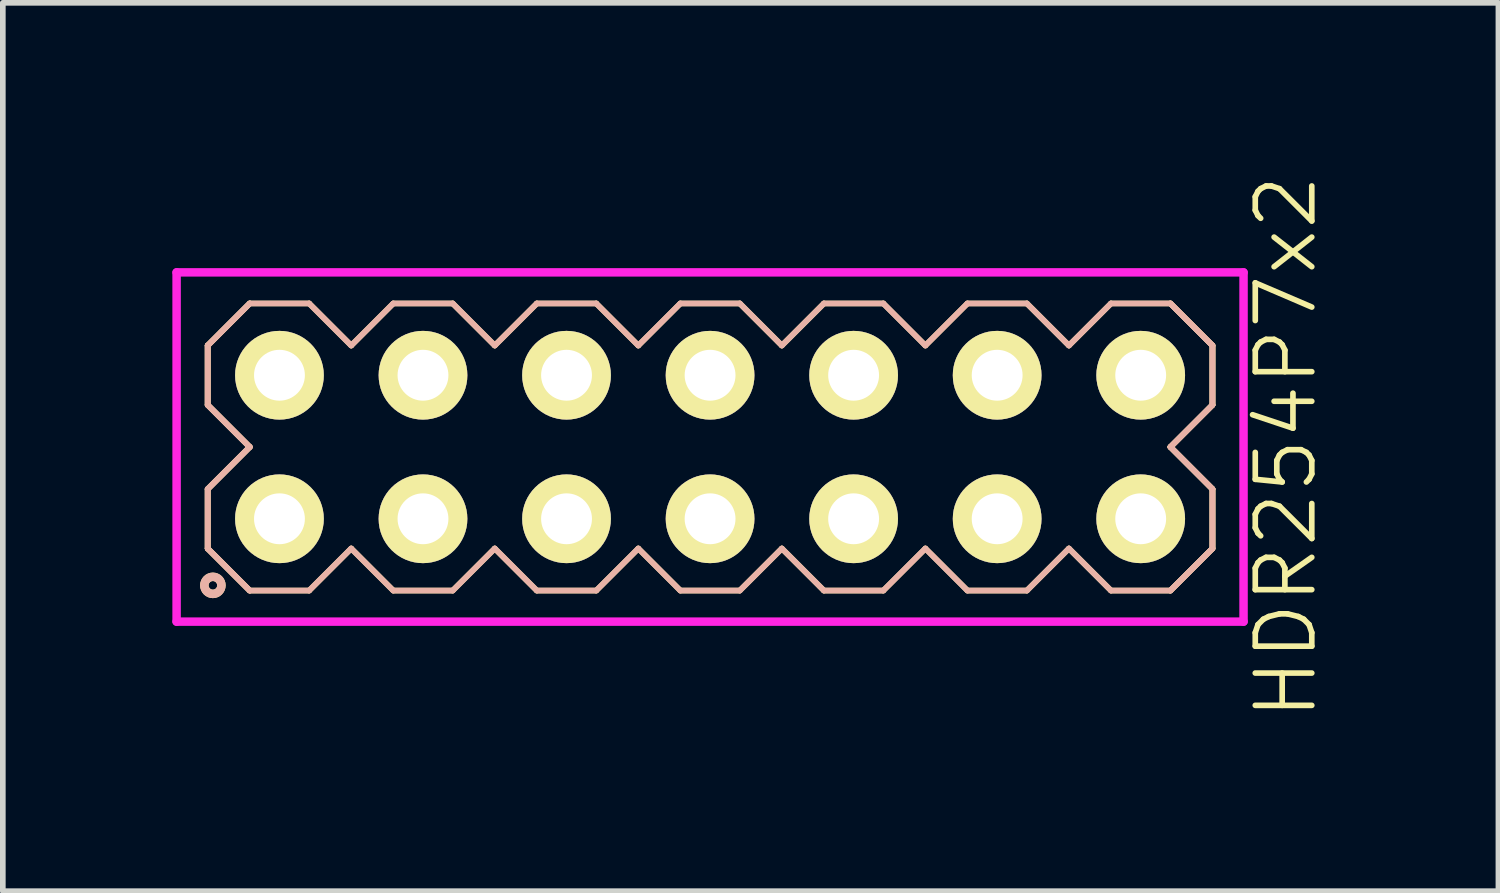
<source format=kicad_pcb>
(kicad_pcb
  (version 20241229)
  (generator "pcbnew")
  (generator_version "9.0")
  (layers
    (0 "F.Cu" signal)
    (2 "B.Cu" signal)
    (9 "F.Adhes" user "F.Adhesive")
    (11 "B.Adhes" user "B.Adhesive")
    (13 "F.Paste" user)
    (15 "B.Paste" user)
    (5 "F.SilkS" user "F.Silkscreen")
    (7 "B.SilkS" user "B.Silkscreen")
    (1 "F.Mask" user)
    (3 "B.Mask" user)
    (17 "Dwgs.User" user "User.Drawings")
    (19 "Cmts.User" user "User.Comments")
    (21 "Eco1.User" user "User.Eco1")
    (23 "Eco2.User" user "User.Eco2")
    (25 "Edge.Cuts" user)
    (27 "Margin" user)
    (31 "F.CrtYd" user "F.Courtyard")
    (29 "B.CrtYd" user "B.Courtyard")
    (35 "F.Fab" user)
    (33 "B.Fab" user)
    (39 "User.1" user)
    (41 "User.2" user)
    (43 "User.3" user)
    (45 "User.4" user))
  (footprint "HDR254P7x2"
    (layer "F.Cu")
    (at 9.515 4.86)
    (property "Reference" "HDR254P7x2" (at 10.19 0 90) (layer "F.SilkS") (effects (font (size 1 1) (thickness 0.1))))
    (attr through_hole)
    (fp_line (start -8.89 -1.796) (end -8.146 -2.54) (stroke (width 0.1) (type solid)) (layer "F.SilkS"))
    (fp_line (start -8.89 -1.796) (end -8.146 -2.54) (stroke (width 0.1) (type solid)) (layer "F.SilkS"))
    (fp_line (start -8.89 -0.744) (end -8.89 -1.796) (stroke (width 0.1) (type solid)) (layer "F.SilkS"))
    (fp_line (start -8.89 -0.744) (end -8.89 -1.796) (stroke (width 0.1) (type solid)) (layer "F.SilkS"))
    (fp_line (start -8.89 0.744) (end -8.146 0) (stroke (width 0.1) (type solid)) (layer "F.SilkS"))
    (fp_line (start -8.89 0.744) (end -8.146 0) (stroke (width 0.1) (type solid)) (layer "F.SilkS"))
    (fp_line (start -8.89 1.796) (end -8.89 0.744) (stroke (width 0.1) (type solid)) (layer "F.SilkS"))
    (fp_line (start -8.89 1.796) (end -8.89 0.744) (stroke (width 0.1) (type solid)) (layer "F.SilkS"))
    (fp_line (start -8.146 -2.54) (end -7.094 -2.54) (stroke (width 0.1) (type solid)) (layer "F.SilkS"))
    (fp_line (start -8.146 0) (end -8.89 -0.744) (stroke (width 0.1) (type solid)) (layer "F.SilkS"))
    (fp_line (start -8.146 0) (end -8.89 -0.744) (stroke (width 0.1) (type solid)) (layer "F.SilkS"))
    (fp_line (start -8.146 2.54) (end -8.89 1.796) (stroke (width 0.1) (type solid)) (layer "F.SilkS"))
    (fp_line (start -8.146 2.54) (end -8.89 1.796) (stroke (width 0.1) (type solid)) (layer "F.SilkS"))
    (fp_line (start -7.094 -2.54) (end -6.35 -1.796) (stroke (width 0.1) (type solid)) (layer "F.SilkS"))
    (fp_line (start -7.094 2.54) (end -8.146 2.54) (stroke (width 0.1) (type solid)) (layer "F.SilkS"))
    (fp_line (start -6.35 -1.796) (end -5.606 -2.54) (stroke (width 0.1) (type solid)) (layer "F.SilkS"))
    (fp_line (start -6.35 1.796) (end -7.094 2.54) (stroke (width 0.1) (type solid)) (layer "F.SilkS"))
    (fp_line (start -5.606 -2.54) (end -4.554 -2.54) (stroke (width 0.1) (type solid)) (layer "F.SilkS"))
    (fp_line (start -5.606 2.54) (end -6.35 1.796) (stroke (width 0.1) (type solid)) (layer "F.SilkS"))
    (fp_line (start -4.554 -2.54) (end -3.81 -1.796) (stroke (width 0.1) (type solid)) (layer "F.SilkS"))
    (fp_line (start -4.554 2.54) (end -5.606 2.54) (stroke (width 0.1) (type solid)) (layer "F.SilkS"))
    (fp_line (start -3.81 -1.796) (end -3.066 -2.54) (stroke (width 0.1) (type solid)) (layer "F.SilkS"))
    (fp_line (start -3.81 1.796) (end -4.554 2.54) (stroke (width 0.1) (type solid)) (layer "F.SilkS"))
    (fp_line (start -3.066 -2.54) (end -2.014 -2.54) (stroke (width 0.1) (type solid)) (layer "F.SilkS"))
    (fp_line (start -3.066 2.54) (end -3.81 1.796) (stroke (width 0.1) (type solid)) (layer "F.SilkS"))
    (fp_line (start -2.014 -2.54) (end -1.27 -1.796) (stroke (width 0.1) (type solid)) (layer "F.SilkS"))
    (fp_line (start -2.014 2.54) (end -3.066 2.54) (stroke (width 0.1) (type solid)) (layer "F.SilkS"))
    (fp_line (start -1.27 -1.796) (end -0.526 -2.54) (stroke (width 0.1) (type solid)) (layer "F.SilkS"))
    (fp_line (start -1.27 1.796) (end -2.014 2.54) (stroke (width 0.1) (type solid)) (layer "F.SilkS"))
    (fp_line (start -0.526 -2.54) (end 0.526 -2.54) (stroke (width 0.1) (type solid)) (layer "F.SilkS"))
    (fp_line (start -0.526 2.54) (end -1.27 1.796) (stroke (width 0.1) (type solid)) (layer "F.SilkS"))
    (fp_line (start 0.526 -2.54) (end 1.27 -1.796) (stroke (width 0.1) (type solid)) (layer "F.SilkS"))
    (fp_line (start 0.526 2.54) (end -0.526 2.54) (stroke (width 0.1) (type solid)) (layer "F.SilkS"))
    (fp_line (start 1.27 -1.796) (end 2.014 -2.54) (stroke (width 0.1) (type solid)) (layer "F.SilkS"))
    (fp_line (start 1.27 1.796) (end 0.526 2.54) (stroke (width 0.1) (type solid)) (layer "F.SilkS"))
    (fp_line (start 2.014 -2.54) (end 3.066 -2.54) (stroke (width 0.1) (type solid)) (layer "F.SilkS"))
    (fp_line (start 2.014 2.54) (end 1.27 1.796) (stroke (width 0.1) (type solid)) (layer "F.SilkS"))
    (fp_line (start 3.066 -2.54) (end 3.81 -1.796) (stroke (width 0.1) (type solid)) (layer "F.SilkS"))
    (fp_line (start 3.066 2.54) (end 2.014 2.54) (stroke (width 0.1) (type solid)) (layer "F.SilkS"))
    (fp_line (start 3.81 -1.796) (end 4.554 -2.54) (stroke (width 0.1) (type solid)) (layer "F.SilkS"))
    (fp_line (start 3.81 1.796) (end 3.066 2.54) (stroke (width 0.1) (type solid)) (layer "F.SilkS"))
    (fp_line (start 4.554 -2.54) (end 5.606 -2.54) (stroke (width 0.1) (type solid)) (layer "F.SilkS"))
    (fp_line (start 4.554 2.54) (end 3.81 1.796) (stroke (width 0.1) (type solid)) (layer "F.SilkS"))
    (fp_line (start 5.606 -2.54) (end 6.35 -1.796) (stroke (width 0.1) (type solid)) (layer "F.SilkS"))
    (fp_line (start 5.606 2.54) (end 4.554 2.54) (stroke (width 0.1) (type solid)) (layer "F.SilkS"))
    (fp_line (start 6.35 -1.796) (end 7.094 -2.54) (stroke (width 0.1) (type solid)) (layer "F.SilkS"))
    (fp_line (start 6.35 1.796) (end 5.606 2.54) (stroke (width 0.1) (type solid)) (layer "F.SilkS"))
    (fp_line (start 7.094 -2.54) (end 8.146 -2.54) (stroke (width 0.1) (type solid)) (layer "F.SilkS"))
    (fp_line (start 7.094 2.54) (end 6.35 1.796) (stroke (width 0.1) (type solid)) (layer "F.SilkS"))
    (fp_line (start 8.146 -2.54) (end 8.89 -1.796) (stroke (width 0.1) (type solid)) (layer "F.SilkS"))
    (fp_line (start 8.146 -2.54) (end 8.89 -1.796) (stroke (width 0.1) (type solid)) (layer "F.SilkS"))
    (fp_line (start 8.146 0) (end 8.89 0.744) (stroke (width 0.1) (type solid)) (layer "F.SilkS"))
    (fp_line (start 8.146 0) (end 8.89 0.744) (stroke (width 0.1) (type solid)) (layer "F.SilkS"))
    (fp_line (start 8.146 2.54) (end 7.094 2.54) (stroke (width 0.1) (type solid)) (layer "F.SilkS"))
    (fp_line (start 8.89 -1.796) (end 8.89 -0.744) (stroke (width 0.1) (type solid)) (layer "F.SilkS"))
    (fp_line (start 8.89 -1.796) (end 8.89 -0.744) (stroke (width 0.1) (type solid)) (layer "F.SilkS"))
    (fp_line (start 8.89 -0.744) (end 8.146 0) (stroke (width 0.1) (type solid)) (layer "F.SilkS"))
    (fp_line (start 8.89 -0.744) (end 8.146 0) (stroke (width 0.1) (type solid)) (layer "F.SilkS"))
    (fp_line (start 8.89 0.744) (end 8.89 1.796) (stroke (width 0.1) (type solid)) (layer "F.SilkS"))
    (fp_line (start 8.89 0.744) (end 8.89 1.796) (stroke (width 0.1) (type solid)) (layer "F.SilkS"))
    (fp_line (start 8.89 1.796) (end 8.146 2.54) (stroke (width 0.1) (type solid)) (layer "F.SilkS"))
    (fp_line (start 8.89 1.796) (end 8.146 2.54) (stroke (width 0.1) (type solid)) (layer "F.SilkS"))
    (fp_circle (center -8.798 2.448) (end -8.647 2.448) (stroke (width 0.15) (type solid)) (fill no) (layer "F.SilkS"))
    (fp_line (start -8.89 -1.796) (end -8.146 -2.54) (stroke (width 0.1) (type solid)) (layer "B.SilkS"))
    (fp_line (start -8.89 -1.796) (end -8.146 -2.54) (stroke (width 0.1) (type solid)) (layer "B.SilkS"))
    (fp_line (start -8.89 -0.744) (end -8.89 -1.796) (stroke (width 0.1) (type solid)) (layer "B.SilkS"))
    (fp_line (start -8.89 -0.744) (end -8.89 -1.796) (stroke (width 0.1) (type solid)) (layer "B.SilkS"))
    (fp_line (start -8.89 0.744) (end -8.146 0) (stroke (width 0.1) (type solid)) (layer "B.SilkS"))
    (fp_line (start -8.89 0.744) (end -8.146 0) (stroke (width 0.1) (type solid)) (layer "B.SilkS"))
    (fp_line (start -8.89 1.796) (end -8.89 0.744) (stroke (width 0.1) (type solid)) (layer "B.SilkS"))
    (fp_line (start -8.89 1.796) (end -8.89 0.744) (stroke (width 0.1) (type solid)) (layer "B.SilkS"))
    (fp_line (start -8.146 -2.54) (end -7.094 -2.54) (stroke (width 0.1) (type solid)) (layer "B.SilkS"))
    (fp_line (start -8.146 0) (end -8.89 -0.744) (stroke (width 0.1) (type solid)) (layer "B.SilkS"))
    (fp_line (start -8.146 0) (end -8.89 -0.744) (stroke (width 0.1) (type solid)) (layer "B.SilkS"))
    (fp_line (start -8.146 2.54) (end -8.89 1.796) (stroke (width 0.1) (type solid)) (layer "B.SilkS"))
    (fp_line (start -8.146 2.54) (end -8.89 1.796) (stroke (width 0.1) (type solid)) (layer "B.SilkS"))
    (fp_line (start -7.094 -2.54) (end -6.35 -1.796) (stroke (width 0.1) (type solid)) (layer "B.SilkS"))
    (fp_line (start -7.094 2.54) (end -8.146 2.54) (stroke (width 0.1) (type solid)) (layer "B.SilkS"))
    (fp_line (start -6.35 -1.796) (end -5.606 -2.54) (stroke (width 0.1) (type solid)) (layer "B.SilkS"))
    (fp_line (start -6.35 1.796) (end -7.094 2.54) (stroke (width 0.1) (type solid)) (layer "B.SilkS"))
    (fp_line (start -5.606 -2.54) (end -4.554 -2.54) (stroke (width 0.1) (type solid)) (layer "B.SilkS"))
    (fp_line (start -5.606 2.54) (end -6.35 1.796) (stroke (width 0.1) (type solid)) (layer "B.SilkS"))
    (fp_line (start -4.554 -2.54) (end -3.81 -1.796) (stroke (width 0.1) (type solid)) (layer "B.SilkS"))
    (fp_line (start -4.554 2.54) (end -5.606 2.54) (stroke (width 0.1) (type solid)) (layer "B.SilkS"))
    (fp_line (start -3.81 -1.796) (end -3.066 -2.54) (stroke (width 0.1) (type solid)) (layer "B.SilkS"))
    (fp_line (start -3.81 1.796) (end -4.554 2.54) (stroke (width 0.1) (type solid)) (layer "B.SilkS"))
    (fp_line (start -3.066 -2.54) (end -2.014 -2.54) (stroke (width 0.1) (type solid)) (layer "B.SilkS"))
    (fp_line (start -3.066 2.54) (end -3.81 1.796) (stroke (width 0.1) (type solid)) (layer "B.SilkS"))
    (fp_line (start -2.014 -2.54) (end -1.27 -1.796) (stroke (width 0.1) (type solid)) (layer "B.SilkS"))
    (fp_line (start -2.014 2.54) (end -3.066 2.54) (stroke (width 0.1) (type solid)) (layer "B.SilkS"))
    (fp_line (start -1.27 -1.796) (end -0.526 -2.54) (stroke (width 0.1) (type solid)) (layer "B.SilkS"))
    (fp_line (start -1.27 1.796) (end -2.014 2.54) (stroke (width 0.1) (type solid)) (layer "B.SilkS"))
    (fp_line (start -0.526 -2.54) (end 0.526 -2.54) (stroke (width 0.1) (type solid)) (layer "B.SilkS"))
    (fp_line (start -0.526 2.54) (end -1.27 1.796) (stroke (width 0.1) (type solid)) (layer "B.SilkS"))
    (fp_line (start 0.526 -2.54) (end 1.27 -1.796) (stroke (width 0.1) (type solid)) (layer "B.SilkS"))
    (fp_line (start 0.526 2.54) (end -0.526 2.54) (stroke (width 0.1) (type solid)) (layer "B.SilkS"))
    (fp_line (start 1.27 -1.796) (end 2.014 -2.54) (stroke (width 0.1) (type solid)) (layer "B.SilkS"))
    (fp_line (start 1.27 1.796) (end 0.526 2.54) (stroke (width 0.1) (type solid)) (layer "B.SilkS"))
    (fp_line (start 2.014 -2.54) (end 3.066 -2.54) (stroke (width 0.1) (type solid)) (layer "B.SilkS"))
    (fp_line (start 2.014 2.54) (end 1.27 1.796) (stroke (width 0.1) (type solid)) (layer "B.SilkS"))
    (fp_line (start 3.066 -2.54) (end 3.81 -1.796) (stroke (width 0.1) (type solid)) (layer "B.SilkS"))
    (fp_line (start 3.066 2.54) (end 2.014 2.54) (stroke (width 0.1) (type solid)) (layer "B.SilkS"))
    (fp_line (start 3.81 -1.796) (end 4.554 -2.54) (stroke (width 0.1) (type solid)) (layer "B.SilkS"))
    (fp_line (start 3.81 1.796) (end 3.066 2.54) (stroke (width 0.1) (type solid)) (layer "B.SilkS"))
    (fp_line (start 4.554 -2.54) (end 5.606 -2.54) (stroke (width 0.1) (type solid)) (layer "B.SilkS"))
    (fp_line (start 4.554 2.54) (end 3.81 1.796) (stroke (width 0.1) (type solid)) (layer "B.SilkS"))
    (fp_line (start 5.606 -2.54) (end 6.35 -1.796) (stroke (width 0.1) (type solid)) (layer "B.SilkS"))
    (fp_line (start 5.606 2.54) (end 4.554 2.54) (stroke (width 0.1) (type solid)) (layer "B.SilkS"))
    (fp_line (start 6.35 -1.796) (end 7.094 -2.54) (stroke (width 0.1) (type solid)) (layer "B.SilkS"))
    (fp_line (start 6.35 1.796) (end 5.606 2.54) (stroke (width 0.1) (type solid)) (layer "B.SilkS"))
    (fp_line (start 7.094 -2.54) (end 8.146 -2.54) (stroke (width 0.1) (type solid)) (layer "B.SilkS"))
    (fp_line (start 7.094 2.54) (end 6.35 1.796) (stroke (width 0.1) (type solid)) (layer "B.SilkS"))
    (fp_line (start 8.146 -2.54) (end 8.89 -1.796) (stroke (width 0.1) (type solid)) (layer "B.SilkS"))
    (fp_line (start 8.146 -2.54) (end 8.89 -1.796) (stroke (width 0.1) (type solid)) (layer "B.SilkS"))
    (fp_line (start 8.146 0) (end 8.89 0.744) (stroke (width 0.1) (type solid)) (layer "B.SilkS"))
    (fp_line (start 8.146 0) (end 8.89 0.744) (stroke (width 0.1) (type solid)) (layer "B.SilkS"))
    (fp_line (start 8.146 2.54) (end 7.094 2.54) (stroke (width 0.1) (type solid)) (layer "B.SilkS"))
    (fp_line (start 8.89 -1.796) (end 8.89 -0.744) (stroke (width 0.1) (type solid)) (layer "B.SilkS"))
    (fp_line (start 8.89 -1.796) (end 8.89 -0.744) (stroke (width 0.1) (type solid)) (layer "B.SilkS"))
    (fp_line (start 8.89 -0.744) (end 8.146 0) (stroke (width 0.1) (type solid)) (layer "B.SilkS"))
    (fp_line (start 8.89 -0.744) (end 8.146 0) (stroke (width 0.1) (type solid)) (layer "B.SilkS"))
    (fp_line (start 8.89 0.744) (end 8.89 1.796) (stroke (width 0.1) (type solid)) (layer "B.SilkS"))
    (fp_line (start 8.89 0.744) (end 8.89 1.796) (stroke (width 0.1) (type solid)) (layer "B.SilkS"))
    (fp_line (start 8.89 1.796) (end 8.146 2.54) (stroke (width 0.1) (type solid)) (layer "B.SilkS"))
    (fp_line (start 8.89 1.796) (end 8.146 2.54) (stroke (width 0.1) (type solid)) (layer "B.SilkS"))
    (fp_circle (center -8.798 2.448) (end -8.647 2.448) (stroke (width 0.15) (type solid)) (fill no) (layer "B.SilkS"))
    (fp_line (start -9.44 -3.09) (end -9.44 3.09) (stroke (width 0.15) (type solid)) (layer "F.CrtYd"))
    (fp_line (start -9.44 3.09) (end 9.44 3.09) (stroke (width 0.15) (type solid)) (layer "F.CrtYd"))
    (fp_line (start 9.44 -3.09) (end -9.44 -3.09) (stroke (width 0.15) (type solid)) (layer "F.CrtYd"))
    (fp_line (start 9.44 3.09) (end 9.44 -3.09) (stroke (width 0.15) (type solid)) (layer "F.CrtYd"))
    (pad "1" thru_hole oval (at -7.62 1.27) (size 1.57 1.57) (drill 0.9) (layers "*.Cu" "*.Mask" "F.SilkS"))
    (pad "2" thru_hole oval (at -7.62 -1.27) (size 1.57 1.57) (drill 0.9) (layers "*.Cu" "*.Mask" "F.SilkS"))
    (pad "3" thru_hole oval (at -5.08 1.27) (size 1.57 1.57) (drill 0.9) (layers "*.Cu" "*.Mask" "F.SilkS"))
    (pad "4" thru_hole oval (at -5.08 -1.27) (size 1.57 1.57) (drill 0.9) (layers "*.Cu" "*.Mask" "F.SilkS"))
    (pad "5" thru_hole oval (at -2.54 1.27) (size 1.57 1.57) (drill 0.9) (layers "*.Cu" "*.Mask" "F.SilkS"))
    (pad "6" thru_hole oval (at -2.54 -1.27) (size 1.57 1.57) (drill 0.9) (layers "*.Cu" "*.Mask" "F.SilkS"))
    (pad "7" thru_hole oval (at 0 1.27) (size 1.57 1.57) (drill 0.9) (layers "*.Cu" "*.Mask" "F.SilkS"))
    (pad "8" thru_hole oval (at 0 -1.27) (size 1.57 1.57) (drill 0.9) (layers "*.Cu" "*.Mask" "F.SilkS"))
    (pad "9" thru_hole oval (at 2.54 1.27) (size 1.57 1.57) (drill 0.9) (layers "*.Cu" "*.Mask" "F.SilkS"))
    (pad "10" thru_hole oval (at 2.54 -1.27) (size 1.57 1.57) (drill 0.9) (layers "*.Cu" "*.Mask" "F.SilkS"))
    (pad "11" thru_hole oval (at 5.08 1.27) (size 1.57 1.57) (drill 0.9) (layers "*.Cu" "*.Mask" "F.SilkS"))
    (pad "12" thru_hole oval (at 5.08 -1.27) (size 1.57 1.57) (drill 0.9) (layers "*.Cu" "*.Mask" "F.SilkS"))
    (pad "13" thru_hole oval (at 7.62 1.27) (size 1.57 1.57) (drill 0.9) (layers "*.Cu" "*.Mask" "F.SilkS"))
    (pad "14" thru_hole oval (at 7.62 -1.27) (size 1.57 1.57) (drill 0.9) (layers "*.Cu" "*.Mask" "F.SilkS")))
  (gr_rect
    (start -3 -3)
    (end 23.465 12.719)
    (stroke (width 0.1) (type default))
    (fill no)
    (layer "Edge.Cuts")))
</source>
